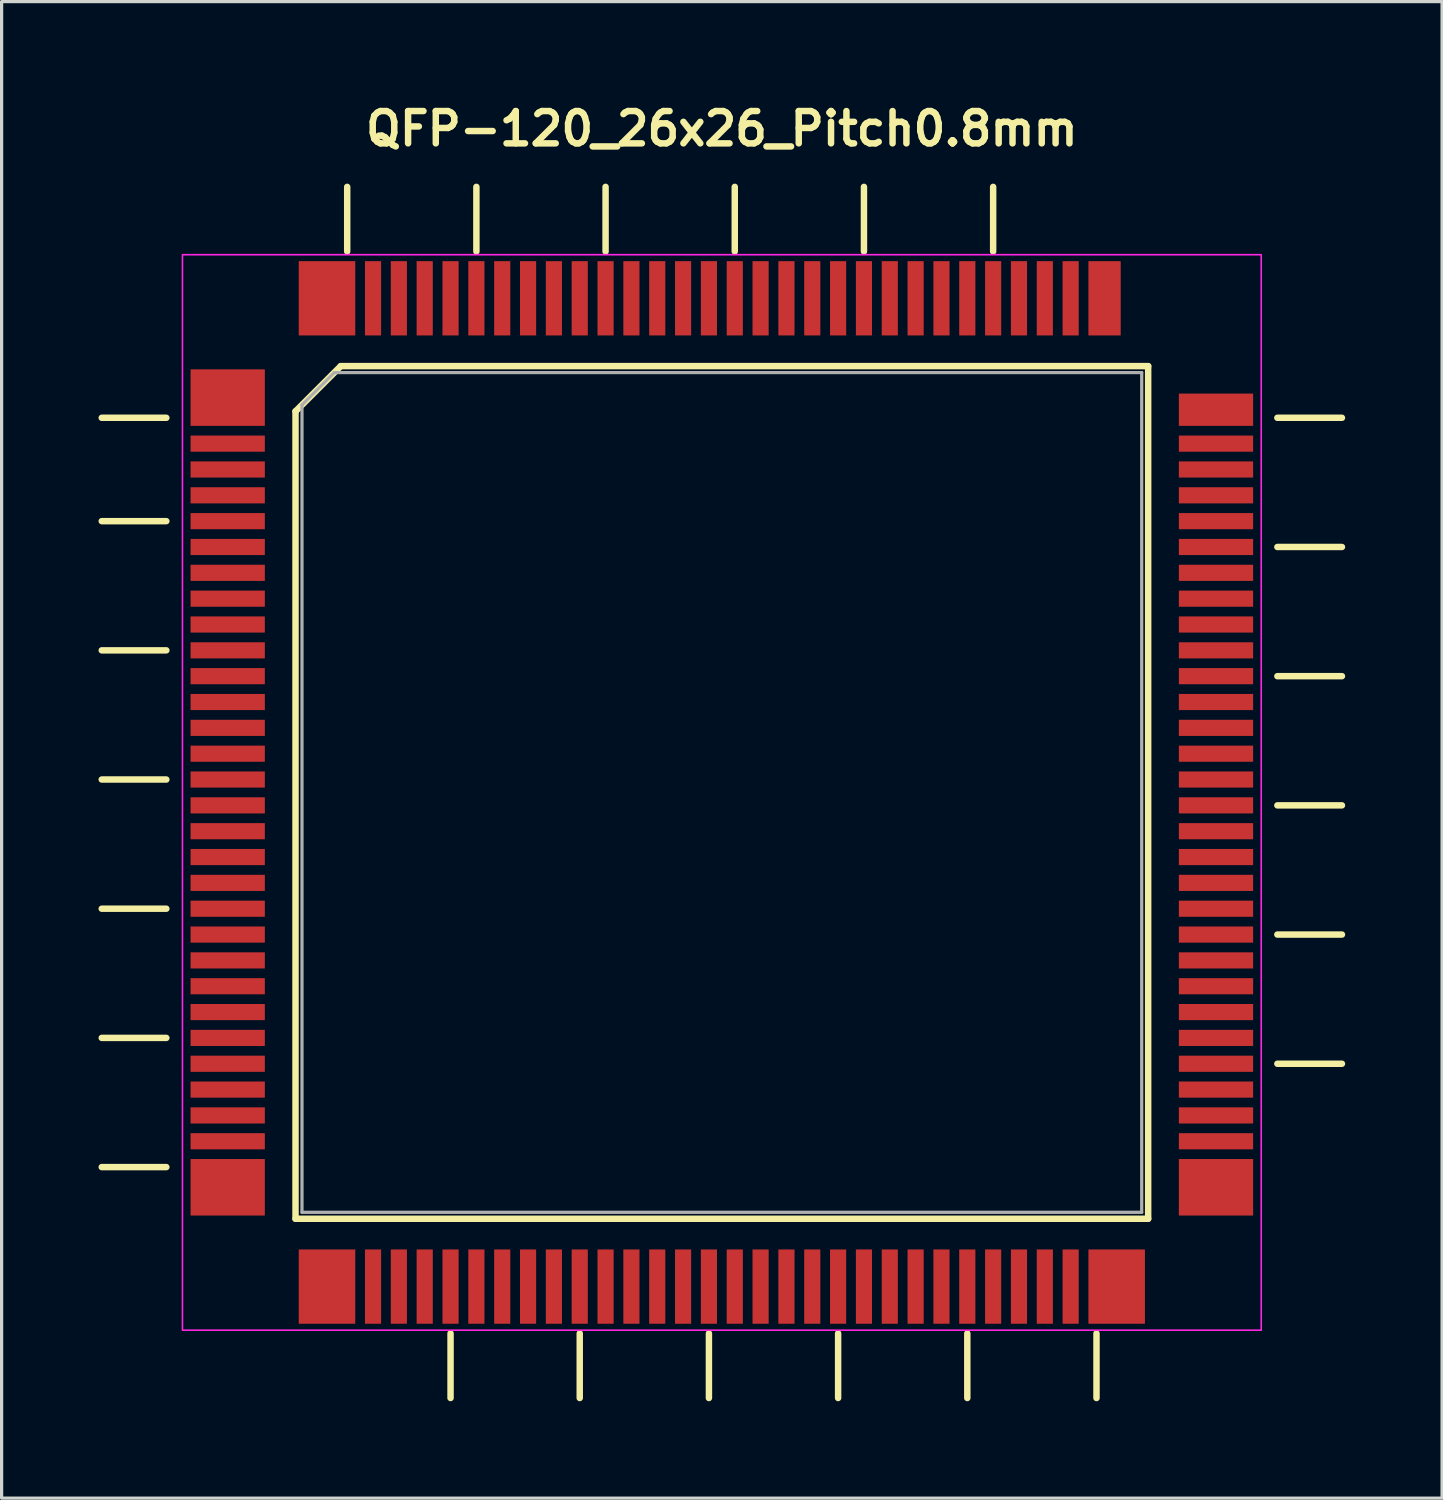
<source format=kicad_pcb>
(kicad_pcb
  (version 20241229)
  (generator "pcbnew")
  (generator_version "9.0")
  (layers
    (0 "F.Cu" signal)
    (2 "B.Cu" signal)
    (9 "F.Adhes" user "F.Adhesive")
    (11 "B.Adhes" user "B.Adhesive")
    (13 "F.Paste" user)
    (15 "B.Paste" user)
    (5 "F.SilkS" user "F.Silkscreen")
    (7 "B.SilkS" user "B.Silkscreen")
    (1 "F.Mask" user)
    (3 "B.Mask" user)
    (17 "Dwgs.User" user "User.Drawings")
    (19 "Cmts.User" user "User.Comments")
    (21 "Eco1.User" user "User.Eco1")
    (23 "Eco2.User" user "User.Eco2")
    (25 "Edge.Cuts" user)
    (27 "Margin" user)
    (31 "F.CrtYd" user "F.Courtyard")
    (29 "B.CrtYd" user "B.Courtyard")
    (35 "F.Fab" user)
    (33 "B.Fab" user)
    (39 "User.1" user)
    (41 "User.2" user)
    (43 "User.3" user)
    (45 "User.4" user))
  (footprint "QFP-120_26x26_Pitch0.8mm"
    (layer "F.Cu")
    (at 19.3 21.486)
    (property "Reference" "QFP-120_26x26_Pitch0.8mm" (at 0 -20.55 0) (layer "F.SilkS") (effects (font (size 1 1) (thickness 0.2) (bold yes))))
    (attr smd)
    (fp_line (start -17.2 -11.6) (end -19.2 -11.6) (stroke (width 0.2) (type default)) (layer "F.SilkS"))
    (fp_line (start -17.2 -8.4) (end -19.2 -8.4) (stroke (width 0.2) (type default)) (layer "F.SilkS"))
    (fp_line (start -17.2 -4.4) (end -19.2 -4.4) (stroke (width 0.2) (type default)) (layer "F.SilkS"))
    (fp_line (start -17.2 -0.4) (end -19.2 -0.4) (stroke (width 0.2) (type default)) (layer "F.SilkS"))
    (fp_line (start -17.2 3.6) (end -19.2 3.6) (stroke (width 0.2) (type default)) (layer "F.SilkS"))
    (fp_line (start -17.2 7.6) (end -19.2 7.6) (stroke (width 0.2) (type default)) (layer "F.SilkS"))
    (fp_line (start -17.2 11.6) (end -19.2 11.6) (stroke (width 0.2) (type default)) (layer "F.SilkS"))
    (fp_line (start -13.2 13.2) (end -13.2 -11.8) (stroke (width 0.2) (type default)) (layer "F.SilkS"))
    (fp_line (start -11.8 -13.2) (end -13.2 -11.8) (stroke (width 0.2) (type default)) (layer "F.SilkS"))
    (fp_line (start -11.8 -13.2) (end 13.2 -13.2) (stroke (width 0.2) (type default)) (layer "F.SilkS"))
    (fp_line (start -11.6 -16.75) (end -11.6 -18.75) (stroke (width 0.2) (type default)) (layer "F.SilkS"))
    (fp_line (start -8.4 16.75) (end -8.4 18.75) (stroke (width 0.2) (type default)) (layer "F.SilkS"))
    (fp_line (start -7.6 -16.75) (end -7.6 -18.75) (stroke (width 0.2) (type default)) (layer "F.SilkS"))
    (fp_line (start -4.4 16.75) (end -4.4 18.75) (stroke (width 0.2) (type default)) (layer "F.SilkS"))
    (fp_line (start -3.6 -16.75) (end -3.6 -18.75) (stroke (width 0.2) (type default)) (layer "F.SilkS"))
    (fp_line (start -0.4 16.75) (end -0.4 18.75) (stroke (width 0.2) (type default)) (layer "F.SilkS"))
    (fp_line (start 0.4 -16.75) (end 0.4 -18.75) (stroke (width 0.2) (type default)) (layer "F.SilkS"))
    (fp_line (start 3.6 16.75) (end 3.6 18.75) (stroke (width 0.2) (type default)) (layer "F.SilkS"))
    (fp_line (start 4.4 -16.75) (end 4.4 -18.75) (stroke (width 0.2) (type default)) (layer "F.SilkS"))
    (fp_line (start 7.6 16.75) (end 7.6 18.75) (stroke (width 0.2) (type default)) (layer "F.SilkS"))
    (fp_line (start 8.4 -16.75) (end 8.4 -18.75) (stroke (width 0.2) (type default)) (layer "F.SilkS"))
    (fp_line (start 11.6 16.75) (end 11.6 18.75) (stroke (width 0.2) (type default)) (layer "F.SilkS"))
    (fp_line (start 13.2 -13.2) (end 13.2 13.2) (stroke (width 0.2) (type default)) (layer "F.SilkS"))
    (fp_line (start 13.2 13.2) (end -13.2 13.2) (stroke (width 0.2) (type default)) (layer "F.SilkS"))
    (fp_line (start 17.2 -11.6) (end 19.2 -11.6) (stroke (width 0.2) (type default)) (layer "F.SilkS"))
    (fp_line (start 17.2 -7.6) (end 19.2 -7.6) (stroke (width 0.2) (type default)) (layer "F.SilkS"))
    (fp_line (start 17.2 -3.6) (end 19.2 -3.6) (stroke (width 0.2) (type default)) (layer "F.SilkS"))
    (fp_line (start 17.2 0.4) (end 19.2 0.4) (stroke (width 0.2) (type default)) (layer "F.SilkS"))
    (fp_line (start 17.2 4.4) (end 19.2 4.4) (stroke (width 0.2) (type default)) (layer "F.SilkS"))
    (fp_line (start 17.2 8.4) (end 19.2 8.4) (stroke (width 0.2) (type default)) (layer "F.SilkS"))
    (fp_rect (start -16.7 -16.65) (end 16.7 16.65) (stroke (width 0.05) (type default)) (fill no) (layer "F.CrtYd"))
    (fp_line (start -13 -12) (end -13 13) (stroke (width 0.1) (type default)) (layer "F.Fab"))
    (fp_line (start -13 13) (end 13 13) (stroke (width 0.1) (type default)) (layer "F.Fab"))
    (fp_line (start -12 -13) (end -13 -12) (stroke (width 0.1) (type default)) (layer "F.Fab"))
    (fp_line (start 13 -13) (end -12 -13) (stroke (width 0.1) (type default)) (layer "F.Fab"))
    (fp_line (start 13 13) (end 13 -13) (stroke (width 0.1) (type default)) (layer "F.Fab"))
    (pad "1" smd rect (at -15.3 -12.225 90) (size 1.75 2.3) (layers "F.Cu" "F.Mask" "F.Paste"))
    (pad "2" smd rect (at -15.3 -10.8 90) (size 0.5 2.3) (layers "F.Cu" "F.Mask" "F.Paste"))
    (pad "3" smd rect (at -15.3 -10 90) (size 0.5 2.3) (layers "F.Cu" "F.Mask" "F.Paste"))
    (pad "4" smd rect (at -15.3 -9.2 90) (size 0.5 2.3) (layers "F.Cu" "F.Mask" "F.Paste"))
    (pad "5" smd rect (at -15.3 -8.4 90) (size 0.5 2.3) (layers "F.Cu" "F.Mask" "F.Paste"))
    (pad "6" smd rect (at -15.3 -7.6 90) (size 0.5 2.3) (layers "F.Cu" "F.Mask" "F.Paste"))
    (pad "7" smd rect (at -15.3 -6.8 90) (size 0.5 2.3) (layers "F.Cu" "F.Mask" "F.Paste"))
    (pad "8" smd rect (at -15.3 -6 90) (size 0.5 2.3) (layers "F.Cu" "F.Mask" "F.Paste"))
    (pad "9" smd rect (at -15.3 -5.2 90) (size 0.5 2.3) (layers "F.Cu" "F.Mask" "F.Paste"))
    (pad "10" smd rect (at -15.3 -4.4 90) (size 0.5 2.3) (layers "F.Cu" "F.Mask" "F.Paste"))
    (pad "11" smd rect (at -15.3 -3.6 90) (size 0.5 2.3) (layers "F.Cu" "F.Mask" "F.Paste"))
    (pad "12" smd rect (at -15.3 -2.8 90) (size 0.5 2.3) (layers "F.Cu" "F.Mask" "F.Paste"))
    (pad "13" smd rect (at -15.3 -2 90) (size 0.5 2.3) (layers "F.Cu" "F.Mask" "F.Paste"))
    (pad "14" smd rect (at -15.3 -1.2 90) (size 0.5 2.3) (layers "F.Cu" "F.Mask" "F.Paste"))
    (pad "15" smd rect (at -15.3 -0.4 90) (size 0.5 2.3) (layers "F.Cu" "F.Mask" "F.Paste"))
    (pad "16" smd rect (at -15.3 0.4 90) (size 0.5 2.3) (layers "F.Cu" "F.Mask" "F.Paste"))
    (pad "17" smd rect (at -15.3 1.2 90) (size 0.5 2.3) (layers "F.Cu" "F.Mask" "F.Paste"))
    (pad "18" smd rect (at -15.3 2 90) (size 0.5 2.3) (layers "F.Cu" "F.Mask" "F.Paste"))
    (pad "19" smd rect (at -15.3 2.8 90) (size 0.5 2.3) (layers "F.Cu" "F.Mask" "F.Paste"))
    (pad "20" smd rect (at -15.3 3.6 90) (size 0.5 2.3) (layers "F.Cu" "F.Mask" "F.Paste"))
    (pad "21" smd rect (at -15.3 4.4 90) (size 0.5 2.3) (layers "F.Cu" "F.Mask" "F.Paste"))
    (pad "22" smd rect (at -15.3 5.2 90) (size 0.5 2.3) (layers "F.Cu" "F.Mask" "F.Paste"))
    (pad "23" smd rect (at -15.3 6 90) (size 0.5 2.3) (layers "F.Cu" "F.Mask" "F.Paste"))
    (pad "24" smd rect (at -15.3 6.8 90) (size 0.5 2.3) (layers "F.Cu" "F.Mask" "F.Paste"))
    (pad "25" smd rect (at -15.3 7.6 90) (size 0.5 2.3) (layers "F.Cu" "F.Mask" "F.Paste"))
    (pad "26" smd rect (at -15.3 8.4 90) (size 0.5 2.3) (layers "F.Cu" "F.Mask" "F.Paste"))
    (pad "27" smd rect (at -15.3 9.2 90) (size 0.5 2.3) (layers "F.Cu" "F.Mask" "F.Paste"))
    (pad "28" smd rect (at -15.3 10 90) (size 0.5 2.3) (layers "F.Cu" "F.Mask" "F.Paste"))
    (pad "29" smd rect (at -15.3 10.8 90) (size 0.5 2.3) (layers "F.Cu" "F.Mask" "F.Paste"))
    (pad "30" smd rect (at -15.3 12.225 90) (size 1.75 2.3) (layers "F.Cu" "F.Mask" "F.Paste"))
    (pad "31" smd rect (at -12.225 15.3) (size 1.75 2.3) (layers "F.Cu" "F.Mask" "F.Paste"))
    (pad "32" smd rect (at -10.8 15.3) (size 0.5 2.3) (layers "F.Cu" "F.Mask" "F.Paste"))
    (pad "33" smd rect (at -10 15.3) (size 0.5 2.3) (layers "F.Cu" "F.Mask" "F.Paste"))
    (pad "34" smd rect (at -9.2 15.3) (size 0.5 2.3) (layers "F.Cu" "F.Mask" "F.Paste"))
    (pad "35" smd rect (at -8.4 15.3) (size 0.5 2.3) (layers "F.Cu" "F.Mask" "F.Paste"))
    (pad "36" smd rect (at -7.6 15.3) (size 0.5 2.3) (layers "F.Cu" "F.Mask" "F.Paste"))
    (pad "37" smd rect (at -6.8 15.3) (size 0.5 2.3) (layers "F.Cu" "F.Mask" "F.Paste"))
    (pad "38" smd rect (at -6 15.3) (size 0.5 2.3) (layers "F.Cu" "F.Mask" "F.Paste"))
    (pad "39" smd rect (at -5.2 15.3) (size 0.5 2.3) (layers "F.Cu" "F.Mask" "F.Paste"))
    (pad "40" smd rect (at -4.4 15.3) (size 0.5 2.3) (layers "F.Cu" "F.Mask" "F.Paste"))
    (pad "41" smd rect (at -3.6 15.3) (size 0.5 2.3) (layers "F.Cu" "F.Mask" "F.Paste"))
    (pad "42" smd rect (at -2.8 15.3) (size 0.5 2.3) (layers "F.Cu" "F.Mask" "F.Paste"))
    (pad "43" smd rect (at -2 15.3) (size 0.5 2.3) (layers "F.Cu" "F.Mask" "F.Paste"))
    (pad "44" smd rect (at -1.2 15.3) (size 0.5 2.3) (layers "F.Cu" "F.Mask" "F.Paste"))
    (pad "45" smd rect (at -0.4 15.3) (size 0.5 2.3) (layers "F.Cu" "F.Mask" "F.Paste"))
    (pad "46" smd rect (at 0.4 15.3) (size 0.5 2.3) (layers "F.Cu" "F.Mask" "F.Paste"))
    (pad "47" smd rect (at 1.2 15.3) (size 0.5 2.3) (layers "F.Cu" "F.Mask" "F.Paste"))
    (pad "48" smd rect (at 2 15.3) (size 0.5 2.3) (layers "F.Cu" "F.Mask" "F.Paste"))
    (pad "49" smd rect (at 2.8 15.3) (size 0.5 2.3) (layers "F.Cu" "F.Mask" "F.Paste"))
    (pad "50" smd rect (at 3.6 15.3) (size 0.5 2.3) (layers "F.Cu" "F.Mask" "F.Paste"))
    (pad "51" smd rect (at 4.4 15.3) (size 0.5 2.3) (layers "F.Cu" "F.Mask" "F.Paste"))
    (pad "52" smd rect (at 5.2 15.3) (size 0.5 2.3) (layers "F.Cu" "F.Mask" "F.Paste"))
    (pad "53" smd rect (at 6 15.3) (size 0.5 2.3) (layers "F.Cu" "F.Mask" "F.Paste"))
    (pad "54" smd rect (at 6.8 15.3) (size 0.5 2.3) (layers "F.Cu" "F.Mask" "F.Paste"))
    (pad "55" smd rect (at 7.6 15.3) (size 0.5 2.3) (layers "F.Cu" "F.Mask" "F.Paste"))
    (pad "56" smd rect (at 8.4 15.3) (size 0.5 2.3) (layers "F.Cu" "F.Mask" "F.Paste"))
    (pad "57" smd rect (at 9.2 15.3) (size 0.5 2.3) (layers "F.Cu" "F.Mask" "F.Paste"))
    (pad "58" smd rect (at 10 15.3) (size 0.5 2.3) (layers "F.Cu" "F.Mask" "F.Paste"))
    (pad "59" smd rect (at 10.8 15.3) (size 0.5 2.3) (layers "F.Cu" "F.Mask" "F.Paste"))
    (pad "60" smd rect (at 12.225 15.3) (size 1.75 2.3) (layers "F.Cu" "F.Mask" "F.Paste"))
    (pad "61" smd rect (at 15.3 12.225 90) (size 1.75 2.3) (layers "F.Cu" "F.Mask" "F.Paste"))
    (pad "62" smd rect (at 15.3 10.8 90) (size 0.5 2.3) (layers "F.Cu" "F.Mask" "F.Paste"))
    (pad "63" smd rect (at 15.3 10 90) (size 0.5 2.3) (layers "F.Cu" "F.Mask" "F.Paste"))
    (pad "64" smd rect (at 15.3 9.2 90) (size 0.5 2.3) (layers "F.Cu" "F.Mask" "F.Paste"))
    (pad "65" smd rect (at 15.3 8.4 90) (size 0.5 2.3) (layers "F.Cu" "F.Mask" "F.Paste"))
    (pad "66" smd rect (at 15.3 7.6 90) (size 0.5 2.3) (layers "F.Cu" "F.Mask" "F.Paste"))
    (pad "67" smd rect (at 15.3 6.8 90) (size 0.5 2.3) (layers "F.Cu" "F.Mask" "F.Paste"))
    (pad "68" smd rect (at 15.3 6 90) (size 0.5 2.3) (layers "F.Cu" "F.Mask" "F.Paste"))
    (pad "69" smd rect (at 15.3 5.2 90) (size 0.5 2.3) (layers "F.Cu" "F.Mask" "F.Paste"))
    (pad "70" smd rect (at 15.3 4.4 90) (size 0.5 2.3) (layers "F.Cu" "F.Mask" "F.Paste"))
    (pad "71" smd rect (at 15.3 3.6 90) (size 0.5 2.3) (layers "F.Cu" "F.Mask" "F.Paste"))
    (pad "72" smd rect (at 15.3 2.8 90) (size 0.5 2.3) (layers "F.Cu" "F.Mask" "F.Paste"))
    (pad "73" smd rect (at 15.3 2 90) (size 0.5 2.3) (layers "F.Cu" "F.Mask" "F.Paste"))
    (pad "74" smd rect (at 15.3 1.2 90) (size 0.5 2.3) (layers "F.Cu" "F.Mask" "F.Paste"))
    (pad "75" smd rect (at 15.3 0.4 90) (size 0.5 2.3) (layers "F.Cu" "F.Mask" "F.Paste"))
    (pad "76" smd rect (at 15.3 -0.4 90) (size 0.5 2.3) (layers "F.Cu" "F.Mask" "F.Paste"))
    (pad "77" smd rect (at 15.3 -1.2 90) (size 0.5 2.3) (layers "F.Cu" "F.Mask" "F.Paste"))
    (pad "78" smd rect (at 15.3 -2 90) (size 0.5 2.3) (layers "F.Cu" "F.Mask" "F.Paste"))
    (pad "79" smd rect (at 15.3 -2.8 90) (size 0.5 2.3) (layers "F.Cu" "F.Mask" "F.Paste"))
    (pad "80" smd rect (at 15.3 -3.6 90) (size 0.5 2.3) (layers "F.Cu" "F.Mask" "F.Paste"))
    (pad "81" smd rect (at 15.3 -4.4 90) (size 0.5 2.3) (layers "F.Cu" "F.Mask" "F.Paste"))
    (pad "82" smd rect (at 15.3 -5.2 90) (size 0.5 2.3) (layers "F.Cu" "F.Mask" "F.Paste"))
    (pad "83" smd rect (at 15.3 -6 90) (size 0.5 2.3) (layers "F.Cu" "F.Mask" "F.Paste"))
    (pad "84" smd rect (at 15.3 -6.8 90) (size 0.5 2.3) (layers "F.Cu" "F.Mask" "F.Paste"))
    (pad "85" smd rect (at 15.3 -7.6 90) (size 0.5 2.3) (layers "F.Cu" "F.Mask" "F.Paste"))
    (pad "86" smd rect (at 15.3 -8.4 90) (size 0.5 2.3) (layers "F.Cu" "F.Mask" "F.Paste"))
    (pad "87" smd rect (at 15.3 -9.2 90) (size 0.5 2.3) (layers "F.Cu" "F.Mask" "F.Paste"))
    (pad "88" smd rect (at 15.3 -10 90) (size 0.5 2.3) (layers "F.Cu" "F.Mask" "F.Paste"))
    (pad "89" smd rect (at 15.3 -10.8 90) (size 0.5 2.3) (layers "F.Cu" "F.Mask" "F.Paste"))
    (pad "90" smd rect (at 15.3 -11.85 90) (size 1 2.3) (layers "F.Cu" "F.Mask" "F.Paste"))
    (pad "91" smd rect (at 11.85 -15.3) (size 1 2.3) (layers "F.Cu" "F.Mask" "F.Paste"))
    (pad "92" smd rect (at 10.8 -15.3) (size 0.5 2.3) (layers "F.Cu" "F.Mask" "F.Paste"))
    (pad "93" smd rect (at 10 -15.3) (size 0.5 2.3) (layers "F.Cu" "F.Mask" "F.Paste"))
    (pad "94" smd rect (at 9.2 -15.3) (size 0.5 2.3) (layers "F.Cu" "F.Mask" "F.Paste"))
    (pad "95" smd rect (at 8.4 -15.3) (size 0.5 2.3) (layers "F.Cu" "F.Mask" "F.Paste"))
    (pad "96" smd rect (at 7.6 -15.3) (size 0.5 2.3) (layers "F.Cu" "F.Mask" "F.Paste"))
    (pad "97" smd rect (at 6.8 -15.3) (size 0.5 2.3) (layers "F.Cu" "F.Mask" "F.Paste"))
    (pad "98" smd rect (at 6 -15.3) (size 0.5 2.3) (layers "F.Cu" "F.Mask" "F.Paste"))
    (pad "99" smd rect (at 5.2 -15.3) (size 0.5 2.3) (layers "F.Cu" "F.Mask" "F.Paste"))
    (pad "100" smd rect (at 4.4 -15.3) (size 0.5 2.3) (layers "F.Cu" "F.Mask" "F.Paste"))
    (pad "101" smd rect (at 3.6 -15.3) (size 0.5 2.3) (layers "F.Cu" "F.Mask" "F.Paste"))
    (pad "102" smd rect (at 2.8 -15.3) (size 0.5 2.3) (layers "F.Cu" "F.Mask" "F.Paste"))
    (pad "103" smd rect (at 2 -15.3) (size 0.5 2.3) (layers "F.Cu" "F.Mask" "F.Paste"))
    (pad "104" smd rect (at 1.2 -15.3) (size 0.5 2.3) (layers "F.Cu" "F.Mask" "F.Paste"))
    (pad "105" smd rect (at 0.4 -15.3) (size 0.5 2.3) (layers "F.Cu" "F.Mask" "F.Paste"))
    (pad "106" smd rect (at -0.4 -15.3) (size 0.5 2.3) (layers "F.Cu" "F.Mask" "F.Paste"))
    (pad "107" smd rect (at -1.2 -15.3) (size 0.5 2.3) (layers "F.Cu" "F.Mask" "F.Paste"))
    (pad "108" smd rect (at -2 -15.3) (size 0.5 2.3) (layers "F.Cu" "F.Mask" "F.Paste"))
    (pad "109" smd rect (at -2.8 -15.3) (size 0.5 2.3) (layers "F.Cu" "F.Mask" "F.Paste"))
    (pad "110" smd rect (at -3.6 -15.3) (size 0.5 2.3) (layers "F.Cu" "F.Mask" "F.Paste"))
    (pad "111" smd rect (at -4.4 -15.3) (size 0.5 2.3) (layers "F.Cu" "F.Mask" "F.Paste"))
    (pad "112" smd rect (at -5.2 -15.3) (size 0.5 2.3) (layers "F.Cu" "F.Mask" "F.Paste"))
    (pad "113" smd rect (at -6 -15.3) (size 0.5 2.3) (layers "F.Cu" "F.Mask" "F.Paste"))
    (pad "114" smd rect (at -6.8 -15.3) (size 0.5 2.3) (layers "F.Cu" "F.Mask" "F.Paste"))
    (pad "115" smd rect (at -7.6 -15.3) (size 0.5 2.3) (layers "F.Cu" "F.Mask" "F.Paste"))
    (pad "116" smd rect (at -8.4 -15.3) (size 0.5 2.3) (layers "F.Cu" "F.Mask" "F.Paste"))
    (pad "117" smd rect (at -9.2 -15.3) (size 0.5 2.3) (layers "F.Cu" "F.Mask" "F.Paste"))
    (pad "118" smd rect (at -10 -15.3) (size 0.5 2.3) (layers "F.Cu" "F.Mask" "F.Paste"))
    (pad "119" smd rect (at -10.8 -15.3) (size 0.5 2.3) (layers "F.Cu" "F.Mask" "F.Paste"))
    (pad "120" smd rect (at -12.225 -15.3) (size 1.75 2.3) (layers "F.Cu" "F.Mask" "F.Paste")))
  (gr_rect
    (start -3 -3)
    (end 41.6 43.336)
    (stroke (width 0.1) (type default))
    (fill no)
    (layer "Edge.Cuts")))
</source>
